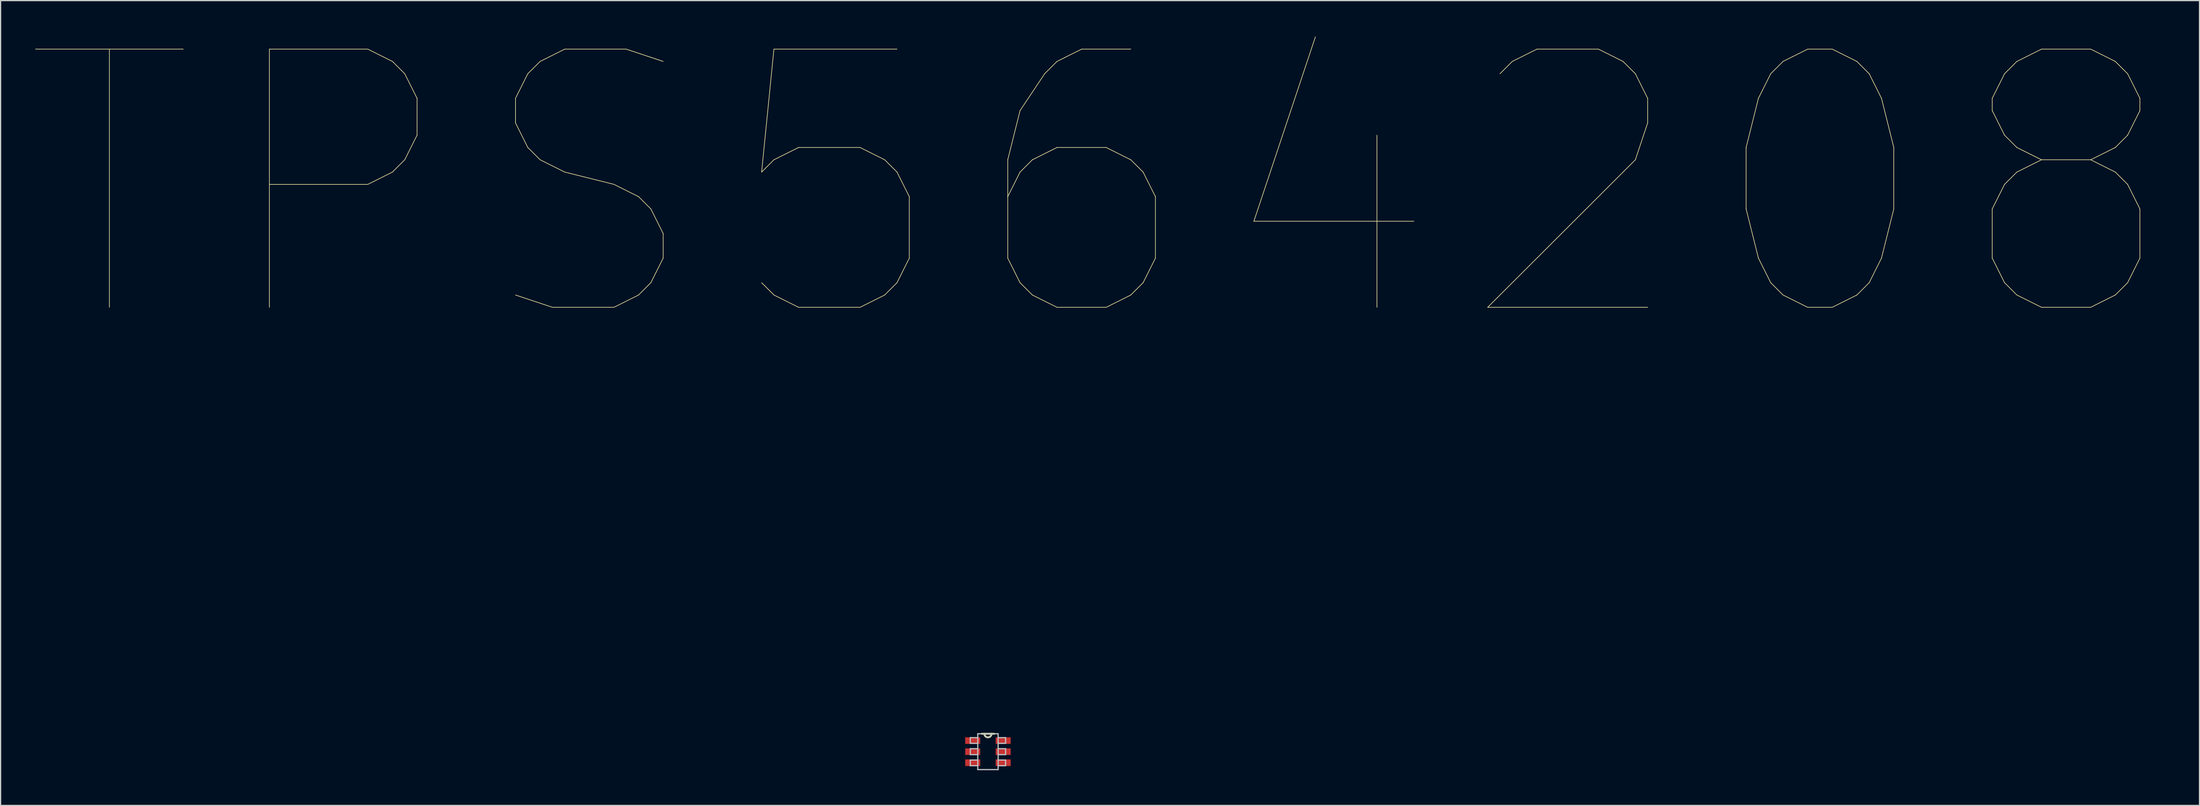
<source format=kicad_pcb>
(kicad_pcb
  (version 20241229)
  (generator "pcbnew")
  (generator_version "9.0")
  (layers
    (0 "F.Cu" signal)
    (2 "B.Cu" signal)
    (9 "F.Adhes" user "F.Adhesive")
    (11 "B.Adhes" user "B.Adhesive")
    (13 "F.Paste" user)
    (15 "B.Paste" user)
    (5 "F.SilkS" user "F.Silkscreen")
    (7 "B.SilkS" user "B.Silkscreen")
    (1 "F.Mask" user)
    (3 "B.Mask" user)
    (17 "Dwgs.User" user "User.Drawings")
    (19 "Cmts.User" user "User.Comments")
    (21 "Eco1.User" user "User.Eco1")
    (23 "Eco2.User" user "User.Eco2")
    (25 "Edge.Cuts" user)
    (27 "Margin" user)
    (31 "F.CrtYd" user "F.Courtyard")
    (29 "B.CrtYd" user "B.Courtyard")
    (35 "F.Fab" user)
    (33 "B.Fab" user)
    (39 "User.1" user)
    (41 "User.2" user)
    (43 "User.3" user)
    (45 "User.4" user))
  (footprint "TPS564208"
    (layer "F.Cu")
    (at 80.923 60.909)
    (property "Reference" "TPS564208" (at 9.528 -47.971 0) (layer "F.SilkS") (effects (font (size 21.966 21.966) (thickness 0.05))))
    (attr smd)
    (fp_line (start -0.305 -1.524) (end -0.533 -1.524) (stroke (width 0.152) (type solid)) (layer "F.SilkS"))
    (fp_line (start 0.305 -1.524) (end -0.305 -1.524) (stroke (width 0.152) (type solid)) (layer "F.SilkS"))
    (fp_line (start 0.533 -1.524) (end 0.305 -1.524) (stroke (width 0.152) (type solid)) (layer "F.SilkS"))
    (fp_arc (start 0.3048 -1.524) (mid 0 -1.2192) (end -0.3048 -1.524) (stroke (width 0.1524) (type solid)) (layer "F.SilkS"))
    (fp_line (start -1.499 -1.194) (end -1.499 -0.711) (stroke (width 0.1) (type solid)) (layer "Dwgs.User"))
    (fp_line (start -1.499 -0.711) (end -0.864 -0.711) (stroke (width 0.1) (type solid)) (layer "Dwgs.User"))
    (fp_line (start -1.499 -0.254) (end -1.499 0.254) (stroke (width 0.1) (type solid)) (layer "Dwgs.User"))
    (fp_line (start -1.499 0.254) (end -0.864 0.254) (stroke (width 0.1) (type solid)) (layer "Dwgs.User"))
    (fp_line (start -1.499 0.711) (end -1.499 1.194) (stroke (width 0.1) (type solid)) (layer "Dwgs.User"))
    (fp_line (start -1.499 1.194) (end -0.864 1.194) (stroke (width 0.1) (type solid)) (layer "Dwgs.User"))
    (fp_line (start -0.864 -1.524) (end -0.864 -1.194) (stroke (width 0.1) (type solid)) (layer "Dwgs.User"))
    (fp_line (start -0.864 -1.194) (end -1.499 -1.194) (stroke (width 0.1) (type solid)) (layer "Dwgs.User"))
    (fp_line (start -0.864 -1.194) (end -0.864 -0.711) (stroke (width 0.1) (type solid)) (layer "Dwgs.User"))
    (fp_line (start -0.864 -0.711) (end -0.864 -0.254) (stroke (width 0.1) (type solid)) (layer "Dwgs.User"))
    (fp_line (start -0.864 -0.254) (end -1.499 -0.254) (stroke (width 0.1) (type solid)) (layer "Dwgs.User"))
    (fp_line (start -0.864 -0.254) (end -0.864 0.254) (stroke (width 0.1) (type solid)) (layer "Dwgs.User"))
    (fp_line (start -0.864 0.254) (end -0.864 0.711) (stroke (width 0.1) (type solid)) (layer "Dwgs.User"))
    (fp_line (start -0.864 0.711) (end -1.499 0.711) (stroke (width 0.1) (type solid)) (layer "Dwgs.User"))
    (fp_line (start -0.864 1.194) (end -0.864 0.711) (stroke (width 0.1) (type solid)) (layer "Dwgs.User"))
    (fp_line (start -0.864 1.524) (end -0.864 1.194) (stroke (width 0.1) (type solid)) (layer "Dwgs.User"))
    (fp_line (start -0.864 1.524) (end 0.864 1.524) (stroke (width 0.1) (type solid)) (layer "Dwgs.User"))
    (fp_line (start -0.305 -1.524) (end -0.864 -1.524) (stroke (width 0.1) (type solid)) (layer "Dwgs.User"))
    (fp_line (start 0.305 -1.524) (end -0.305 -1.524) (stroke (width 0.1) (type solid)) (layer "Dwgs.User"))
    (fp_line (start 0.864 -1.524) (end 0.305 -1.524) (stroke (width 0.1) (type solid)) (layer "Dwgs.User"))
    (fp_line (start 0.864 -1.524) (end 0.864 -1.194) (stroke (width 0.1) (type solid)) (layer "Dwgs.User"))
    (fp_line (start 0.864 -1.194) (end 0.864 -0.711) (stroke (width 0.1) (type solid)) (layer "Dwgs.User"))
    (fp_line (start 0.864 -0.711) (end 1.499 -0.711) (stroke (width 0.1) (type solid)) (layer "Dwgs.User"))
    (fp_line (start 0.864 -0.254) (end 0.864 -0.711) (stroke (width 0.1) (type solid)) (layer "Dwgs.User"))
    (fp_line (start 0.864 0.254) (end 0.864 -0.254) (stroke (width 0.1) (type solid)) (layer "Dwgs.User"))
    (fp_line (start 0.864 0.254) (end 1.499 0.254) (stroke (width 0.1) (type solid)) (layer "Dwgs.User"))
    (fp_line (start 0.864 0.711) (end 0.864 0.254) (stroke (width 0.1) (type solid)) (layer "Dwgs.User"))
    (fp_line (start 0.864 1.194) (end 0.864 0.711) (stroke (width 0.1) (type solid)) (layer "Dwgs.User"))
    (fp_line (start 0.864 1.194) (end 1.499 1.194) (stroke (width 0.1) (type solid)) (layer "Dwgs.User"))
    (fp_line (start 0.864 1.524) (end 0.864 1.194) (stroke (width 0.1) (type solid)) (layer "Dwgs.User"))
    (fp_line (start 1.499 -1.194) (end 0.864 -1.194) (stroke (width 0.1) (type solid)) (layer "Dwgs.User"))
    (fp_line (start 1.499 -0.711) (end 1.499 -1.194) (stroke (width 0.1) (type solid)) (layer "Dwgs.User"))
    (fp_line (start 1.499 -0.254) (end 0.864 -0.254) (stroke (width 0.1) (type solid)) (layer "Dwgs.User"))
    (fp_line (start 1.499 0.254) (end 1.499 -0.254) (stroke (width 0.1) (type solid)) (layer "Dwgs.User"))
    (fp_line (start 1.499 0.711) (end 0.864 0.711) (stroke (width 0.1) (type solid)) (layer "Dwgs.User"))
    (fp_line (start 1.499 1.194) (end 1.499 0.711) (stroke (width 0.1) (type solid)) (layer "Dwgs.User"))
    (fp_arc (start 0.3048 -1.524) (mid 0 -1.2192) (end -0.3048 -1.524) (stroke (width 0.1) (type solid)) (layer "Dwgs.User"))
    (pad "1" smd rect (at -1.295 -0.94) (size 1.27 0.559) (layers "F.Cu" "F.Mask" "F.Paste"))
    (pad "2" smd rect (at -1.295 0) (size 1.27 0.559) (layers "F.Cu" "F.Mask" "F.Paste"))
    (pad "3" smd rect (at -1.295 0.94) (size 1.27 0.559) (layers "F.Cu" "F.Mask" "F.Paste"))
    (pad "4" smd rect (at 1.295 0.94) (size 1.27 0.559) (layers "F.Cu" "F.Mask" "F.Paste"))
    (pad "5" smd rect (at 1.295 0) (size 1.27 0.559) (layers "F.Cu" "F.Mask" "F.Paste"))
    (pad "6" smd rect (at 1.295 -0.94) (size 1.27 0.559) (layers "F.Cu" "F.Mask" "F.Paste")))
  (gr_rect
    (start -3 -3)
    (end 183.903 65.483)
    (stroke (width 0.1) (type default))
    (fill no)
    (layer "Edge.Cuts")))
</source>
